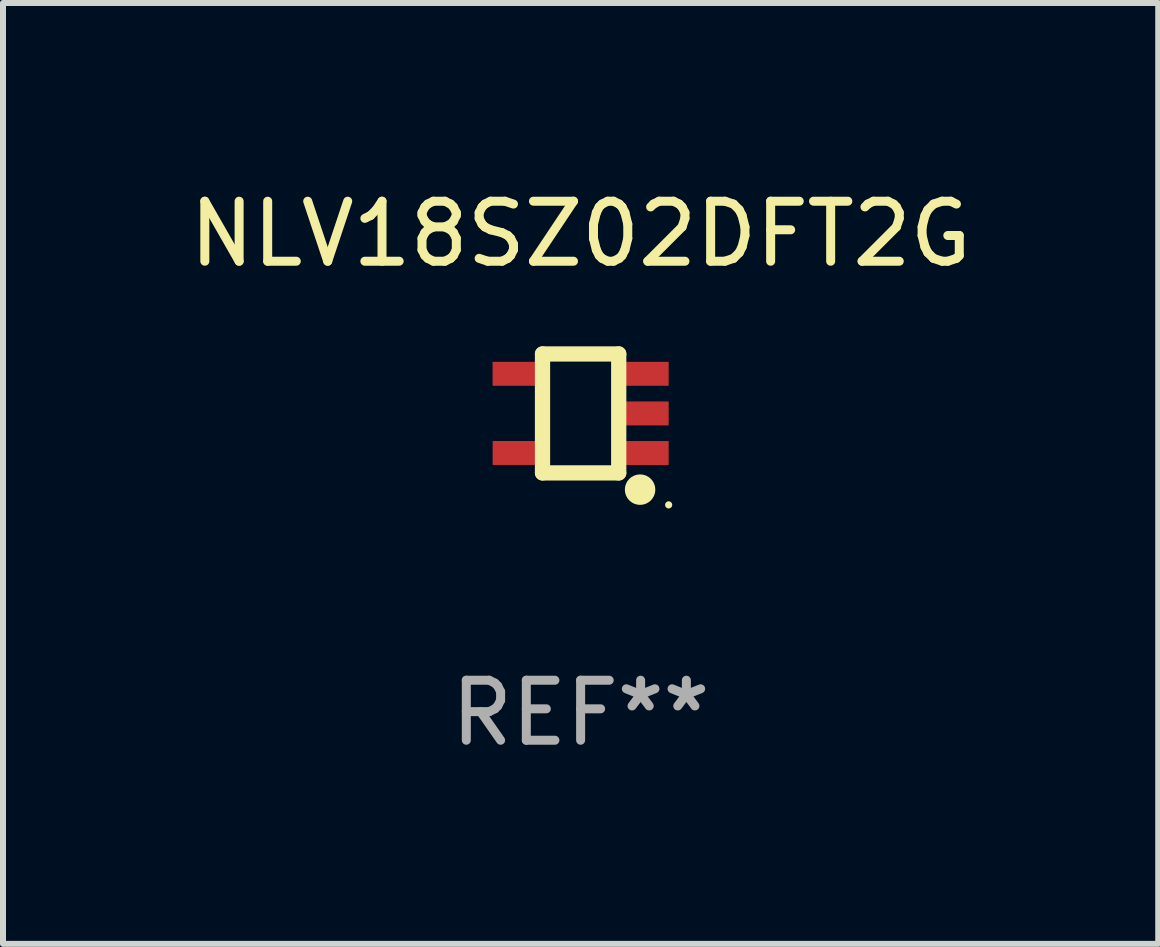
<source format=kicad_pcb>
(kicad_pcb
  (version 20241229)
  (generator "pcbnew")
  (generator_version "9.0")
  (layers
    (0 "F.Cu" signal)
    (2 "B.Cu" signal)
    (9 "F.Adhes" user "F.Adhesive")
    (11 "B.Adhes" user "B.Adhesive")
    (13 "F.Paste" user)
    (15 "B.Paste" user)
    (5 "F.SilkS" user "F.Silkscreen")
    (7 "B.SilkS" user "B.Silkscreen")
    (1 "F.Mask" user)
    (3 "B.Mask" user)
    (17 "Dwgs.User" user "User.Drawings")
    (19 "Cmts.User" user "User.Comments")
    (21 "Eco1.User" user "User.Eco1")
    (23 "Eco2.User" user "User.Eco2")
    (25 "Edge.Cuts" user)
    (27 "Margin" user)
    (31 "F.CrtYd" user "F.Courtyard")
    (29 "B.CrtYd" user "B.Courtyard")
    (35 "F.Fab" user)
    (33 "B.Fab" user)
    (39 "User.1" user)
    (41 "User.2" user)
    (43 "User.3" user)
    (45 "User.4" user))
  (footprint "NLV18SZ02DFT2G"
    (layer "F.Cu")
    (at 6.625 3.839)
    (property "Reference" "NLV18SZ02DFT2G" (at 0 -2.991 0) (layer "F.SilkS") (effects (font (size 1 1) (thickness 0.15))))
    (attr through_hole)
    (fp_line (start -0.635 -0.991) (end 0.635 -0.991) (stroke (width 0.254) (type solid)) (layer "F.SilkS"))
    (fp_line (start -0.635 0.991) (end -0.635 -0.991) (stroke (width 0.254) (type solid)) (layer "F.SilkS"))
    (fp_line (start 0.635 -0.991) (end 0.635 0.991) (stroke (width 0.254) (type solid)) (layer "F.SilkS"))
    (fp_line (start 0.635 0.991) (end -0.635 0.991) (stroke (width 0.254) (type solid)) (layer "F.SilkS"))
    (fp_circle (center 0.991 1.27) (end 1.118 1.27) (stroke (width 0.254) (type solid)) (fill no) (layer "F.SilkS"))
    (fp_circle (center 1.467 1.524) (end 1.497 1.524) (stroke (width 0.06) (type solid)) (fill no) (layer "F.SilkS"))
    (fp_text user "REF**" (at 0 4.991 0) (layer "F.Fab") (effects (font (size 1 1) (thickness 0.15))))
    (pad "1" smd rect (at 1.067 0.66 180) (size 0.8 0.399) (layers "F.Cu" "F.Mask" "F.Paste"))
    (pad "2" smd rect (at 1.067 0 180) (size 0.8 0.399) (layers "F.Cu" "F.Mask" "F.Paste"))
    (pad "3" smd rect (at 1.067 -0.66 180) (size 0.8 0.399) (layers "F.Cu" "F.Mask" "F.Paste"))
    (pad "4" smd rect (at -1.067 -0.66 180) (size 0.8 0.399) (layers "F.Cu" "F.Mask" "F.Paste"))
    (pad "5" smd rect (at -1.066 0.659 180) (size 0.8 0.399) (layers "F.Cu" "F.Mask" "F.Paste")))
  (gr_rect
    (start -3 -3)
    (end 16.25 12.678)
    (stroke (width 0.1) (type default))
    (fill no)
    (layer "Edge.Cuts")))
</source>
